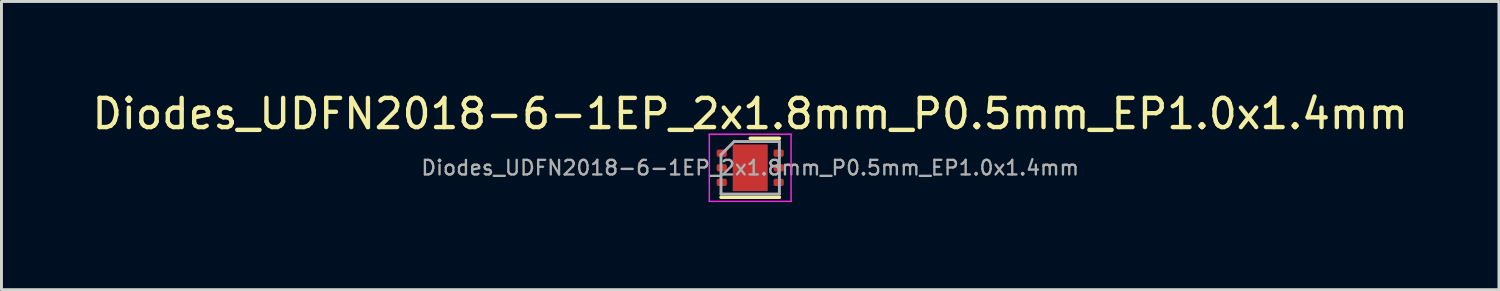
<source format=kicad_pcb>
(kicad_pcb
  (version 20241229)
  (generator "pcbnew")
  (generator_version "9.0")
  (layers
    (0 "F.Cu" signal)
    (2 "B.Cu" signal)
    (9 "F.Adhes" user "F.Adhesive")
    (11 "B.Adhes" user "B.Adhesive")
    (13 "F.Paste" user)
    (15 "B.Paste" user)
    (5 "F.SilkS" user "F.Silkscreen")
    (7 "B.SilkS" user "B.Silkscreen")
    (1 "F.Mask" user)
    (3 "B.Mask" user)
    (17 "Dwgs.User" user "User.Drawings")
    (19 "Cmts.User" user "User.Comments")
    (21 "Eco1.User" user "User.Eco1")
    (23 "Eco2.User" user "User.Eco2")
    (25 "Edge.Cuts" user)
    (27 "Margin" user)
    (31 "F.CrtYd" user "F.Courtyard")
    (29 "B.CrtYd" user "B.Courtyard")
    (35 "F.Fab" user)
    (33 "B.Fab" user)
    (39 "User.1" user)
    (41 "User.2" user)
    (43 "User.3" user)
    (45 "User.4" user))
  (footprint "Diodes_UDFN2018-6-1EP_2x1.8mm_P0.5mm_EP1.0x1.4mm"
    (layer "F.Cu")
    (at 22.649 2.698)
    (property "Reference" "Diodes_UDFN2018-6-1EP_2x1.8mm_P0.5mm_EP1.0x1.4mm" (at 0 -1.85 0) (layer "F.SilkS") (effects (font (size 1 1) (thickness 0.15))))
    (attr smd)
    (fp_line (start -1 1.01) (end 1 1.01) (stroke (width 0.12) (type solid)) (layer "F.SilkS"))
    (fp_line (start 0 -1.01) (end 1 -1.01) (stroke (width 0.12) (type solid)) (layer "F.SilkS"))
    (fp_line (start -1.4 -1.15) (end -1.4 1.15) (stroke (width 0.05) (type solid)) (layer "F.CrtYd"))
    (fp_line (start -1.4 1.15) (end 1.4 1.15) (stroke (width 0.05) (type solid)) (layer "F.CrtYd"))
    (fp_line (start 1.4 -1.15) (end -1.4 -1.15) (stroke (width 0.05) (type solid)) (layer "F.CrtYd"))
    (fp_line (start 1.4 1.15) (end 1.4 -1.15) (stroke (width 0.05) (type solid)) (layer "F.CrtYd"))
    (fp_line (start -1 -0.45) (end -0.55 -0.9) (stroke (width 0.1) (type solid)) (layer "F.Fab"))
    (fp_line (start -1 0.9) (end -1 -0.45) (stroke (width 0.1) (type solid)) (layer "F.Fab"))
    (fp_line (start -0.55 -0.9) (end 1 -0.9) (stroke (width 0.1) (type solid)) (layer "F.Fab"))
    (fp_line (start 1 -0.9) (end 1 0.9) (stroke (width 0.1) (type solid)) (layer "F.Fab"))
    (fp_line (start 1 0.9) (end -1 0.9) (stroke (width 0.1) (type solid)) (layer "F.Fab"))
    (fp_text user "${REFERENCE}" (at 0 0 0) (layer "F.Fab") (effects (font (size 0.5 0.5) (thickness 0.08))))
    (pad "" smd roundrect (at -0.3 -0.4) (size 0.48 0.64) (layers "F.Paste") (roundrect_rratio 0.25))
    (pad "" smd roundrect (at -0.3 0.4) (size 0.48 0.64) (layers "F.Paste") (roundrect_rratio 0.25))
    (pad "" smd roundrect (at 0.3 -0.4) (size 0.48 0.64) (layers "F.Paste") (roundrect_rratio 0.25))
    (pad "" smd roundrect (at 0.3 0.4) (size 0.48 0.64) (layers "F.Paste") (roundrect_rratio 0.25))
    (pad "1" smd roundrect (at -0.975 -0.5) (size 0.35 0.25) (layers "F.Cu" "F.Mask" "F.Paste") (roundrect_rratio 0.25))
    (pad "2" smd roundrect (at -0.975 0) (size 0.35 0.25) (layers "F.Cu" "F.Mask" "F.Paste") (roundrect_rratio 0.25))
    (pad "3" smd roundrect (at -0.975 0.5) (size 0.35 0.25) (layers "F.Cu" "F.Mask" "F.Paste") (roundrect_rratio 0.25))
    (pad "4" smd roundrect (at 0.975 0.5) (size 0.35 0.25) (layers "F.Cu" "F.Mask" "F.Paste") (roundrect_rratio 0.25))
    (pad "5" smd roundrect (at 0.975 0) (size 0.35 0.25) (layers "F.Cu" "F.Mask" "F.Paste") (roundrect_rratio 0.25))
    (pad "6" smd roundrect (at 0.975 -0.5) (size 0.35 0.25) (layers "F.Cu" "F.Mask" "F.Paste") (roundrect_rratio 0.25))
    (pad "7" smd rect (at 0 0) (size 1.2 1.6) (layers "F.Cu" "F.Mask")))
  (gr_rect
    (start -3 -3)
    (end 48.298 6.873)
    (stroke (width 0.1) (type default))
    (fill no)
    (layer "Edge.Cuts")))
</source>
